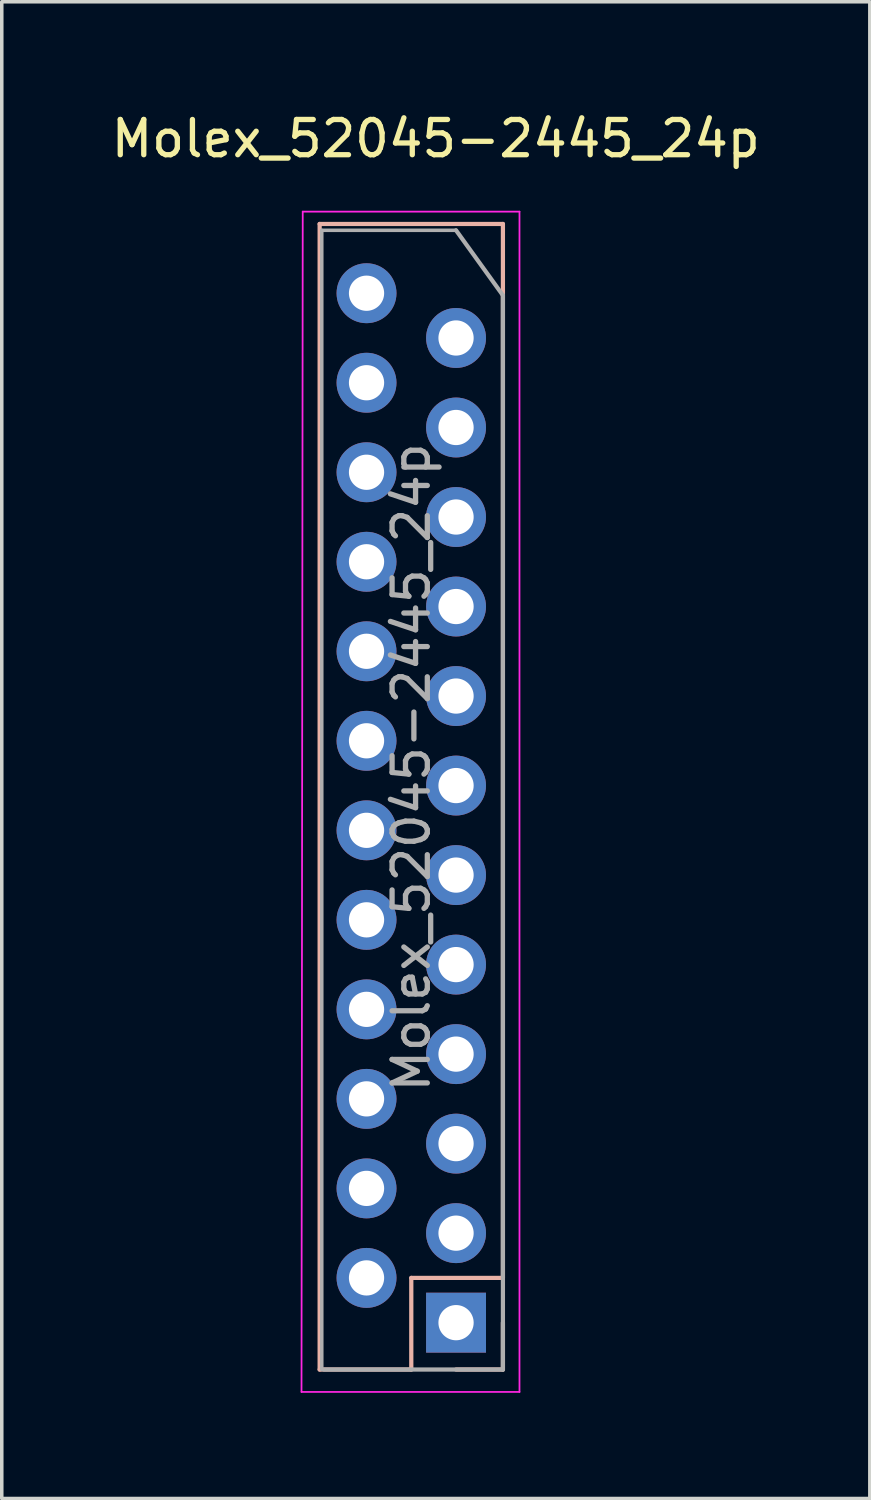
<source format=kicad_pcb>
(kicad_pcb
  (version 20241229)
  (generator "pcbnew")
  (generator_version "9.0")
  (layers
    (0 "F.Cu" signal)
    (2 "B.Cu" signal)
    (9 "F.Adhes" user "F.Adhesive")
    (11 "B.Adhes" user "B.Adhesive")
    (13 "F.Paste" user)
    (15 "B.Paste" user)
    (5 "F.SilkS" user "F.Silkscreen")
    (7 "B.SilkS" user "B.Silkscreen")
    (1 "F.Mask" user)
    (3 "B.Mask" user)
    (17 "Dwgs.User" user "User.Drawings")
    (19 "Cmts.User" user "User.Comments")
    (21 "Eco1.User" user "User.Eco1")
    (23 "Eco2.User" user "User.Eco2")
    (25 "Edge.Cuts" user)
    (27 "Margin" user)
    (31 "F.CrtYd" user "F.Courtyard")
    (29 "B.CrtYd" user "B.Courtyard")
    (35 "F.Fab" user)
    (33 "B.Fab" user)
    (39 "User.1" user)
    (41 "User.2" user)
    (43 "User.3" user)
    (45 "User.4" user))
  (footprint "Molex_52045-2445_24p"
    (layer "F.Cu")
    (at 8.68 0.25)
    (property "Reference" "Molex_52045-2445_24p" (at 0.635 0.635 0) (layer "F.SilkS") (effects (font (size 1 1) (thickness 0.15))))
    (attr through_hole)
    (fp_line (start -2.66 35.56) (end -2.66 3.055) (stroke (width 0.12) (type solid)) (layer "B.SilkS"))
    (fp_line (start -0.06 32.96) (end -0.06 35.56) (stroke (width 0.12) (type solid)) (layer "B.SilkS"))
    (fp_line (start -0.06 35.56) (end -2.66 35.56) (stroke (width 0.12) (type solid)) (layer "B.SilkS"))
    (fp_line (start 2.54 3.055) (end -2.66 3.055) (stroke (width 0.12) (type solid)) (layer "B.SilkS"))
    (fp_line (start 2.54 32.96) (end -0.06 32.96) (stroke (width 0.12) (type solid)) (layer "B.SilkS"))
    (fp_line (start 2.54 32.96) (end 2.54 3.055) (stroke (width 0.12) (type solid)) (layer "B.SilkS"))
    (fp_line (start 2.54 34.23) (end 2.54 35.56) (stroke (width 0.12) (type solid)) (layer "B.SilkS"))
    (fp_line (start 2.54 35.56) (end 1.21 35.56) (stroke (width 0.12) (type solid)) (layer "B.SilkS"))
    (fp_line (start -3.175 36.195) (end -3.14 2.705) (stroke (width 0.05) (type solid)) (layer "F.CrtYd"))
    (fp_line (start -3.14 2.705) (end 3.01 2.705) (stroke (width 0.05) (type solid)) (layer "F.CrtYd"))
    (fp_line (start 3.01 2.705) (end 3.01 36.195) (stroke (width 0.05) (type solid)) (layer "F.CrtYd"))
    (fp_line (start 3.01 36.195) (end -3.175 36.195) (stroke (width 0.05) (type solid)) (layer "F.CrtYd"))
    (fp_line (start -2.6 3.235) (end -2.6 35.56) (stroke (width 0.1) (type solid)) (layer "F.Fab"))
    (fp_line (start 1.21 3.235) (end -2.6 3.235) (stroke (width 0.1) (type solid)) (layer "F.Fab"))
    (fp_line (start 1.21 3.235) (end 2.54 5.08) (stroke (width 0.12) (type solid)) (layer "F.Fab"))
    (fp_line (start 2.54 5.08) (end 2.54 35.56) (stroke (width 0.12) (type solid)) (layer "F.Fab"))
    (fp_line (start 2.54 35.56) (end -2.54 35.56) (stroke (width 0.12) (type solid)) (layer "F.Fab"))
    (fp_text user "${REFERENCE}" (at -0.06 18.475 90) (layer "F.Fab") (effects (font (size 1 1) (thickness 0.15))))
    (pad "1" thru_hole rect (at 1.21 34.23) (size 1.7 1.7) (drill 1) (layers "*.Cu" "*.Mask"))
    (pad "2" thru_hole oval (at -1.33 32.96) (size 1.7 1.7) (drill 1) (layers "*.Cu" "*.Mask"))
    (pad "3" thru_hole oval (at 1.21 31.69) (size 1.7 1.7) (drill 1) (layers "*.Cu" "*.Mask"))
    (pad "4" thru_hole oval (at -1.33 30.42) (size 1.7 1.7) (drill 1) (layers "*.Cu" "*.Mask"))
    (pad "5" thru_hole oval (at 1.21 29.15) (size 1.7 1.7) (drill 1) (layers "*.Cu" "*.Mask"))
    (pad "6" thru_hole oval (at -1.33 27.88) (size 1.7 1.7) (drill 1) (layers "*.Cu" "*.Mask"))
    (pad "7" thru_hole oval (at 1.21 26.61) (size 1.7 1.7) (drill 1) (layers "*.Cu" "*.Mask"))
    (pad "8" thru_hole oval (at -1.33 25.34) (size 1.7 1.7) (drill 1) (layers "*.Cu" "*.Mask"))
    (pad "9" thru_hole oval (at 1.21 24.07) (size 1.7 1.7) (drill 1) (layers "*.Cu" "*.Mask"))
    (pad "10" thru_hole oval (at -1.33 22.8) (size 1.7 1.7) (drill 1) (layers "*.Cu" "*.Mask"))
    (pad "11" thru_hole oval (at 1.21 21.53) (size 1.7 1.7) (drill 1) (layers "*.Cu" "*.Mask"))
    (pad "12" thru_hole oval (at -1.33 20.26) (size 1.7 1.7) (drill 1) (layers "*.Cu" "*.Mask"))
    (pad "13" thru_hole oval (at 1.21 18.99) (size 1.7 1.7) (drill 1) (layers "*.Cu" "*.Mask"))
    (pad "14" thru_hole oval (at -1.33 17.72) (size 1.7 1.7) (drill 1) (layers "*.Cu" "*.Mask"))
    (pad "15" thru_hole oval (at 1.21 16.45) (size 1.7 1.7) (drill 1) (layers "*.Cu" "*.Mask"))
    (pad "16" thru_hole oval (at -1.33 15.18) (size 1.7 1.7) (drill 1) (layers "*.Cu" "*.Mask"))
    (pad "17" thru_hole oval (at 1.21 13.91) (size 1.7 1.7) (drill 1) (layers "*.Cu" "*.Mask"))
    (pad "18" thru_hole oval (at -1.33 12.64) (size 1.7 1.7) (drill 1) (layers "*.Cu" "*.Mask"))
    (pad "19" thru_hole oval (at 1.21 11.37) (size 1.7 1.7) (drill 1) (layers "*.Cu" "*.Mask"))
    (pad "20" thru_hole oval (at -1.33 10.1) (size 1.7 1.7) (drill 1) (layers "*.Cu" "*.Mask"))
    (pad "21" thru_hole oval (at 1.21 8.83) (size 1.7 1.7) (drill 1) (layers "*.Cu" "*.Mask"))
    (pad "22" thru_hole oval (at -1.33 7.56) (size 1.7 1.7) (drill 1) (layers "*.Cu" "*.Mask"))
    (pad "23" thru_hole oval (at 1.21 6.29) (size 1.7 1.7) (drill 1) (layers "*.Cu" "*.Mask"))
    (pad "24" thru_hole oval (at -1.33 5.02) (size 1.7 1.7) (drill 1) (layers "*.Cu" "*.Mask")))
  (gr_rect
    (start -3 -3)
    (end 21.631 39.47)
    (stroke (width 0.1) (type default))
    (fill no)
    (layer "Edge.Cuts")))
</source>
